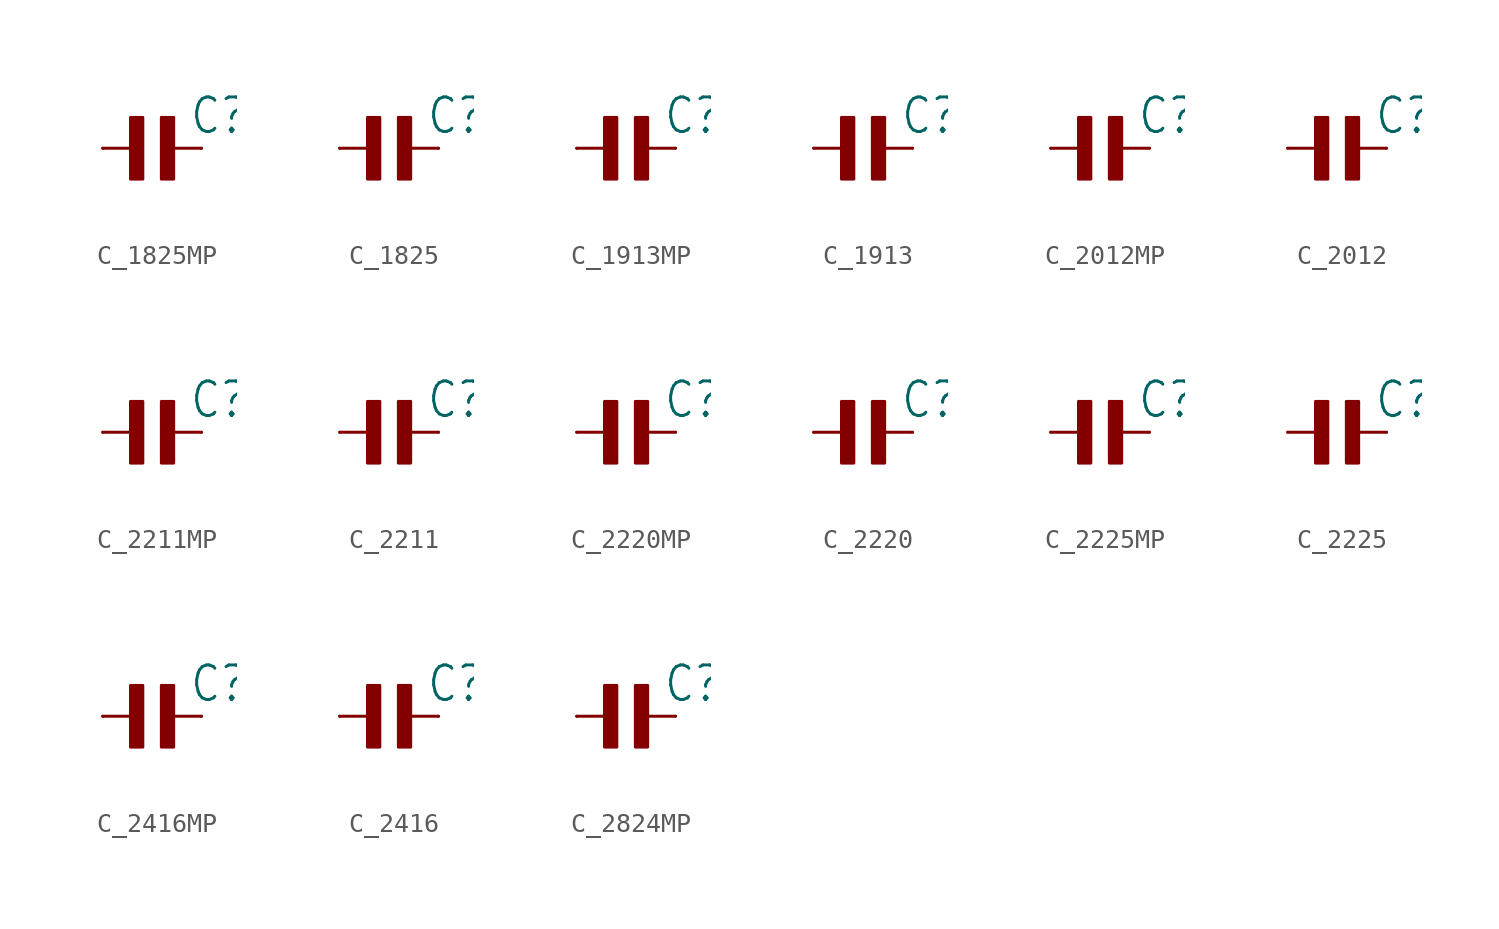
<source format=kicad_sym>
(kicad_symbol_lib
  (version 20231120)
  (generator "kicad_symbol_editor")
  (generator_version "8.0")
  (symbol "C_1825MP"
    (property "Reference" "C"
      (at 1.905 0.635 0)
      (effects (font (size 1.778 1.511)) (justify left bottom)))
    (property "Value" ""
      (at -3.175 -3.81 0)
      (effects (font (size 1.778 1.511)) (justify left bottom)))
    (property "ki_locked" ""
      (at 0 0 0)
      (effects (font (size 1.27 1.27))))
    (symbol "C_1825MP_1_0"
      (rectangle (start -1.111 -1.587) (end -0.476 1.587) (stroke (width 0) (type default)) (fill (type outline)))
      (polyline (pts (xy -2.54 0) (xy -0.635 0)) (stroke (width 0.152) (type solid)) (fill (type none)))
      (polyline (pts (xy 2.54 0) (xy 0.635 0)) (stroke (width 0.152) (type solid)) (fill (type none)))
      (rectangle (start 0.476 -1.587) (end 1.111 1.587) (stroke (width 0) (type default)) (fill (type outline)))
      (pin passive line (at -2.54 0 0) (length 0) (name "1" (effects (font (size 0 0)))) (number "1" (effects (font (size 0 0)))))
      (pin passive line (at 2.54 0 180) (length 0) (name "2" (effects (font (size 0 0)))) (number "2" (effects (font (size 0 0)))))))
  (symbol "C_1825"
    (property "Reference" "C"
      (at 1.905 0.635 0)
      (effects (font (size 1.778 1.511)) (justify left bottom)))
    (property "Value" ""
      (at -3.175 -3.81 0)
      (effects (font (size 1.778 1.511)) (justify left bottom)))
    (property "ki_locked" ""
      (at 0 0 0)
      (effects (font (size 1.27 1.27))))
    (symbol "C_1825_1_0"
      (rectangle (start -1.111 -1.587) (end -0.476 1.587) (stroke (width 0) (type default)) (fill (type outline)))
      (polyline (pts (xy -2.54 0) (xy -0.635 0)) (stroke (width 0.152) (type solid)) (fill (type none)))
      (polyline (pts (xy 2.54 0) (xy 0.635 0)) (stroke (width 0.152) (type solid)) (fill (type none)))
      (rectangle (start 0.476 -1.587) (end 1.111 1.587) (stroke (width 0) (type default)) (fill (type outline)))
      (pin passive line (at -2.54 0 0) (length 0) (name "1" (effects (font (size 0 0)))) (number "1" (effects (font (size 0 0)))))
      (pin passive line (at 2.54 0 180) (length 0) (name "2" (effects (font (size 0 0)))) (number "2" (effects (font (size 0 0)))))))
  (symbol "C_1913MP"
    (property "Reference" "C"
      (at 1.905 0.635 0)
      (effects (font (size 1.778 1.511)) (justify left bottom)))
    (property "Value" ""
      (at -3.175 -3.81 0)
      (effects (font (size 1.778 1.511)) (justify left bottom)))
    (property "ki_locked" ""
      (at 0 0 0)
      (effects (font (size 1.27 1.27))))
    (symbol "C_1913MP_1_0"
      (rectangle (start -1.111 -1.587) (end -0.476 1.587) (stroke (width 0) (type default)) (fill (type outline)))
      (polyline (pts (xy -2.54 0) (xy -0.635 0)) (stroke (width 0.152) (type solid)) (fill (type none)))
      (polyline (pts (xy 2.54 0) (xy 0.635 0)) (stroke (width 0.152) (type solid)) (fill (type none)))
      (rectangle (start 0.476 -1.587) (end 1.111 1.587) (stroke (width 0) (type default)) (fill (type outline)))
      (pin passive line (at -2.54 0 0) (length 0) (name "1" (effects (font (size 0 0)))) (number "1" (effects (font (size 0 0)))))
      (pin passive line (at 2.54 0 180) (length 0) (name "2" (effects (font (size 0 0)))) (number "2" (effects (font (size 0 0)))))))
  (symbol "C_1913"
    (property "Reference" "C"
      (at 1.905 0.635 0)
      (effects (font (size 1.778 1.511)) (justify left bottom)))
    (property "Value" ""
      (at -3.175 -3.81 0)
      (effects (font (size 1.778 1.511)) (justify left bottom)))
    (property "ki_locked" ""
      (at 0 0 0)
      (effects (font (size 1.27 1.27))))
    (symbol "C_1913_1_0"
      (rectangle (start -1.111 -1.587) (end -0.476 1.587) (stroke (width 0) (type default)) (fill (type outline)))
      (polyline (pts (xy -2.54 0) (xy -0.635 0)) (stroke (width 0.152) (type solid)) (fill (type none)))
      (polyline (pts (xy 2.54 0) (xy 0.635 0)) (stroke (width 0.152) (type solid)) (fill (type none)))
      (rectangle (start 0.476 -1.587) (end 1.111 1.587) (stroke (width 0) (type default)) (fill (type outline)))
      (pin passive line (at -2.54 0 0) (length 0) (name "1" (effects (font (size 0 0)))) (number "1" (effects (font (size 0 0)))))
      (pin passive line (at 2.54 0 180) (length 0) (name "2" (effects (font (size 0 0)))) (number "2" (effects (font (size 0 0)))))))
  (symbol "C_2012MP"
    (property "Reference" "C"
      (at 1.905 0.635 0)
      (effects (font (size 1.778 1.511)) (justify left bottom)))
    (property "Value" ""
      (at -3.175 -3.81 0)
      (effects (font (size 1.778 1.511)) (justify left bottom)))
    (property "ki_locked" ""
      (at 0 0 0)
      (effects (font (size 1.27 1.27))))
    (symbol "C_2012MP_1_0"
      (rectangle (start -1.111 -1.587) (end -0.476 1.587) (stroke (width 0) (type default)) (fill (type outline)))
      (polyline (pts (xy -2.54 0) (xy -0.635 0)) (stroke (width 0.152) (type solid)) (fill (type none)))
      (polyline (pts (xy 2.54 0) (xy 0.635 0)) (stroke (width 0.152) (type solid)) (fill (type none)))
      (rectangle (start 0.476 -1.587) (end 1.111 1.587) (stroke (width 0) (type default)) (fill (type outline)))
      (pin passive line (at -2.54 0 0) (length 0) (name "1" (effects (font (size 0 0)))) (number "1" (effects (font (size 0 0)))))
      (pin passive line (at 2.54 0 180) (length 0) (name "2" (effects (font (size 0 0)))) (number "2" (effects (font (size 0 0)))))))
  (symbol "C_2012"
    (property "Reference" "C"
      (at 1.905 0.635 0)
      (effects (font (size 1.778 1.511)) (justify left bottom)))
    (property "Value" ""
      (at -3.175 -3.81 0)
      (effects (font (size 1.778 1.511)) (justify left bottom)))
    (property "ki_locked" ""
      (at 0 0 0)
      (effects (font (size 1.27 1.27))))
    (symbol "C_2012_1_0"
      (rectangle (start -1.111 -1.587) (end -0.476 1.587) (stroke (width 0) (type default)) (fill (type outline)))
      (polyline (pts (xy -2.54 0) (xy -0.635 0)) (stroke (width 0.152) (type solid)) (fill (type none)))
      (polyline (pts (xy 2.54 0) (xy 0.635 0)) (stroke (width 0.152) (type solid)) (fill (type none)))
      (rectangle (start 0.476 -1.587) (end 1.111 1.587) (stroke (width 0) (type default)) (fill (type outline)))
      (pin passive line (at -2.54 0 0) (length 0) (name "1" (effects (font (size 0 0)))) (number "1" (effects (font (size 0 0)))))
      (pin passive line (at 2.54 0 180) (length 0) (name "2" (effects (font (size 0 0)))) (number "2" (effects (font (size 0 0)))))))
  (symbol "C_2211MP"
    (property "Reference" "C"
      (at 1.905 0.635 0)
      (effects (font (size 1.778 1.511)) (justify left bottom)))
    (property "Value" ""
      (at -3.175 -3.81 0)
      (effects (font (size 1.778 1.511)) (justify left bottom)))
    (property "ki_locked" ""
      (at 0 0 0)
      (effects (font (size 1.27 1.27))))
    (symbol "C_2211MP_1_0"
      (rectangle (start -1.111 -1.587) (end -0.476 1.587) (stroke (width 0) (type default)) (fill (type outline)))
      (polyline (pts (xy -2.54 0) (xy -0.635 0)) (stroke (width 0.152) (type solid)) (fill (type none)))
      (polyline (pts (xy 2.54 0) (xy 0.635 0)) (stroke (width 0.152) (type solid)) (fill (type none)))
      (rectangle (start 0.476 -1.587) (end 1.111 1.587) (stroke (width 0) (type default)) (fill (type outline)))
      (pin passive line (at -2.54 0 0) (length 0) (name "1" (effects (font (size 0 0)))) (number "1" (effects (font (size 0 0)))))
      (pin passive line (at 2.54 0 180) (length 0) (name "2" (effects (font (size 0 0)))) (number "2" (effects (font (size 0 0)))))))
  (symbol "C_2211"
    (property "Reference" "C"
      (at 1.905 0.635 0)
      (effects (font (size 1.778 1.511)) (justify left bottom)))
    (property "Value" ""
      (at -3.175 -3.81 0)
      (effects (font (size 1.778 1.511)) (justify left bottom)))
    (property "ki_locked" ""
      (at 0 0 0)
      (effects (font (size 1.27 1.27))))
    (symbol "C_2211_1_0"
      (rectangle (start -1.111 -1.587) (end -0.476 1.587) (stroke (width 0) (type default)) (fill (type outline)))
      (polyline (pts (xy -2.54 0) (xy -0.635 0)) (stroke (width 0.152) (type solid)) (fill (type none)))
      (polyline (pts (xy 2.54 0) (xy 0.635 0)) (stroke (width 0.152) (type solid)) (fill (type none)))
      (rectangle (start 0.476 -1.587) (end 1.111 1.587) (stroke (width 0) (type default)) (fill (type outline)))
      (pin passive line (at -2.54 0 0) (length 0) (name "1" (effects (font (size 0 0)))) (number "1" (effects (font (size 0 0)))))
      (pin passive line (at 2.54 0 180) (length 0) (name "2" (effects (font (size 0 0)))) (number "2" (effects (font (size 0 0)))))))
  (symbol "C_2220MP"
    (property "Reference" "C"
      (at 1.905 0.635 0)
      (effects (font (size 1.778 1.511)) (justify left bottom)))
    (property "Value" ""
      (at -3.175 -3.81 0)
      (effects (font (size 1.778 1.511)) (justify left bottom)))
    (property "ki_locked" ""
      (at 0 0 0)
      (effects (font (size 1.27 1.27))))
    (symbol "C_2220MP_1_0"
      (rectangle (start -1.111 -1.587) (end -0.476 1.587) (stroke (width 0) (type default)) (fill (type outline)))
      (polyline (pts (xy -2.54 0) (xy -0.635 0)) (stroke (width 0.152) (type solid)) (fill (type none)))
      (polyline (pts (xy 2.54 0) (xy 0.635 0)) (stroke (width 0.152) (type solid)) (fill (type none)))
      (rectangle (start 0.476 -1.587) (end 1.111 1.587) (stroke (width 0) (type default)) (fill (type outline)))
      (pin passive line (at -2.54 0 0) (length 0) (name "1" (effects (font (size 0 0)))) (number "1" (effects (font (size 0 0)))))
      (pin passive line (at 2.54 0 180) (length 0) (name "2" (effects (font (size 0 0)))) (number "2" (effects (font (size 0 0)))))))
  (symbol "C_2220"
    (property "Reference" "C"
      (at 1.905 0.635 0)
      (effects (font (size 1.778 1.511)) (justify left bottom)))
    (property "Value" ""
      (at -3.175 -3.81 0)
      (effects (font (size 1.778 1.511)) (justify left bottom)))
    (property "ki_locked" ""
      (at 0 0 0)
      (effects (font (size 1.27 1.27))))
    (symbol "C_2220_1_0"
      (rectangle (start -1.111 -1.587) (end -0.476 1.587) (stroke (width 0) (type default)) (fill (type outline)))
      (polyline (pts (xy -2.54 0) (xy -0.635 0)) (stroke (width 0.152) (type solid)) (fill (type none)))
      (polyline (pts (xy 2.54 0) (xy 0.635 0)) (stroke (width 0.152) (type solid)) (fill (type none)))
      (rectangle (start 0.476 -1.587) (end 1.111 1.587) (stroke (width 0) (type default)) (fill (type outline)))
      (pin passive line (at -2.54 0 0) (length 0) (name "1" (effects (font (size 0 0)))) (number "1" (effects (font (size 0 0)))))
      (pin passive line (at 2.54 0 180) (length 0) (name "2" (effects (font (size 0 0)))) (number "2" (effects (font (size 0 0)))))))
  (symbol "C_2225MP"
    (property "Reference" "C"
      (at 1.905 0.635 0)
      (effects (font (size 1.778 1.511)) (justify left bottom)))
    (property "Value" ""
      (at -3.175 -3.81 0)
      (effects (font (size 1.778 1.511)) (justify left bottom)))
    (property "ki_locked" ""
      (at 0 0 0)
      (effects (font (size 1.27 1.27))))
    (symbol "C_2225MP_1_0"
      (rectangle (start -1.111 -1.587) (end -0.476 1.587) (stroke (width 0) (type default)) (fill (type outline)))
      (polyline (pts (xy -2.54 0) (xy -0.635 0)) (stroke (width 0.152) (type solid)) (fill (type none)))
      (polyline (pts (xy 2.54 0) (xy 0.635 0)) (stroke (width 0.152) (type solid)) (fill (type none)))
      (rectangle (start 0.476 -1.587) (end 1.111 1.587) (stroke (width 0) (type default)) (fill (type outline)))
      (pin passive line (at -2.54 0 0) (length 0) (name "1" (effects (font (size 0 0)))) (number "1" (effects (font (size 0 0)))))
      (pin passive line (at 2.54 0 180) (length 0) (name "2" (effects (font (size 0 0)))) (number "2" (effects (font (size 0 0)))))))
  (symbol "C_2225"
    (property "Reference" "C"
      (at 1.905 0.635 0)
      (effects (font (size 1.778 1.511)) (justify left bottom)))
    (property "Value" ""
      (at -3.175 -3.81 0)
      (effects (font (size 1.778 1.511)) (justify left bottom)))
    (property "ki_locked" ""
      (at 0 0 0)
      (effects (font (size 1.27 1.27))))
    (symbol "C_2225_1_0"
      (rectangle (start -1.111 -1.587) (end -0.476 1.587) (stroke (width 0) (type default)) (fill (type outline)))
      (polyline (pts (xy -2.54 0) (xy -0.635 0)) (stroke (width 0.152) (type solid)) (fill (type none)))
      (polyline (pts (xy 2.54 0) (xy 0.635 0)) (stroke (width 0.152) (type solid)) (fill (type none)))
      (rectangle (start 0.476 -1.587) (end 1.111 1.587) (stroke (width 0) (type default)) (fill (type outline)))
      (pin passive line (at -2.54 0 0) (length 0) (name "1" (effects (font (size 0 0)))) (number "1" (effects (font (size 0 0)))))
      (pin passive line (at 2.54 0 180) (length 0) (name "2" (effects (font (size 0 0)))) (number "2" (effects (font (size 0 0)))))))
  (symbol "C_2416MP"
    (property "Reference" "C"
      (at 1.905 0.635 0)
      (effects (font (size 1.778 1.511)) (justify left bottom)))
    (property "Value" ""
      (at -3.175 -3.81 0)
      (effects (font (size 1.778 1.511)) (justify left bottom)))
    (property "ki_locked" ""
      (at 0 0 0)
      (effects (font (size 1.27 1.27))))
    (symbol "C_2416MP_1_0"
      (rectangle (start -1.111 -1.587) (end -0.476 1.587) (stroke (width 0) (type default)) (fill (type outline)))
      (polyline (pts (xy -2.54 0) (xy -0.635 0)) (stroke (width 0.152) (type solid)) (fill (type none)))
      (polyline (pts (xy 2.54 0) (xy 0.635 0)) (stroke (width 0.152) (type solid)) (fill (type none)))
      (rectangle (start 0.476 -1.587) (end 1.111 1.587) (stroke (width 0) (type default)) (fill (type outline)))
      (pin passive line (at -2.54 0 0) (length 0) (name "1" (effects (font (size 0 0)))) (number "1" (effects (font (size 0 0)))))
      (pin passive line (at 2.54 0 180) (length 0) (name "2" (effects (font (size 0 0)))) (number "2" (effects (font (size 0 0)))))))
  (symbol "C_2416"
    (property "Reference" "C"
      (at 1.905 0.635 0)
      (effects (font (size 1.778 1.511)) (justify left bottom)))
    (property "Value" ""
      (at -3.175 -3.81 0)
      (effects (font (size 1.778 1.511)) (justify left bottom)))
    (property "ki_locked" ""
      (at 0 0 0)
      (effects (font (size 1.27 1.27))))
    (symbol "C_2416_1_0"
      (rectangle (start -1.111 -1.587) (end -0.476 1.587) (stroke (width 0) (type default)) (fill (type outline)))
      (polyline (pts (xy -2.54 0) (xy -0.635 0)) (stroke (width 0.152) (type solid)) (fill (type none)))
      (polyline (pts (xy 2.54 0) (xy 0.635 0)) (stroke (width 0.152) (type solid)) (fill (type none)))
      (rectangle (start 0.476 -1.587) (end 1.111 1.587) (stroke (width 0) (type default)) (fill (type outline)))
      (pin passive line (at -2.54 0 0) (length 0) (name "1" (effects (font (size 0 0)))) (number "1" (effects (font (size 0 0)))))
      (pin passive line (at 2.54 0 180) (length 0) (name "2" (effects (font (size 0 0)))) (number "2" (effects (font (size 0 0)))))))
  (symbol "C_2824MP"
    (property "Reference" "C"
      (at 1.905 0.635 0)
      (effects (font (size 1.778 1.511)) (justify left bottom)))
    (property "Value" ""
      (at -3.175 -3.81 0)
      (effects (font (size 1.778 1.511)) (justify left bottom)))
    (property "ki_locked" ""
      (at 0 0 0)
      (effects (font (size 1.27 1.27))))
    (symbol "C_2824MP_1_0"
      (rectangle (start -1.111 -1.587) (end -0.476 1.587) (stroke (width 0) (type default)) (fill (type outline)))
      (polyline (pts (xy -2.54 0) (xy -0.635 0)) (stroke (width 0.152) (type solid)) (fill (type none)))
      (polyline (pts (xy 2.54 0) (xy 0.635 0)) (stroke (width 0.152) (type solid)) (fill (type none)))
      (rectangle (start 0.476 -1.587) (end 1.111 1.587) (stroke (width 0) (type default)) (fill (type outline)))
      (pin passive line (at -2.54 0 0) (length 0) (name "1" (effects (font (size 0 0)))) (number "1" (effects (font (size 0 0)))))
      (pin passive line (at 2.54 0 180) (length 0) (name "2" (effects (font (size 0 0)))) (number "2" (effects (font (size 0 0))))))))
</source>
